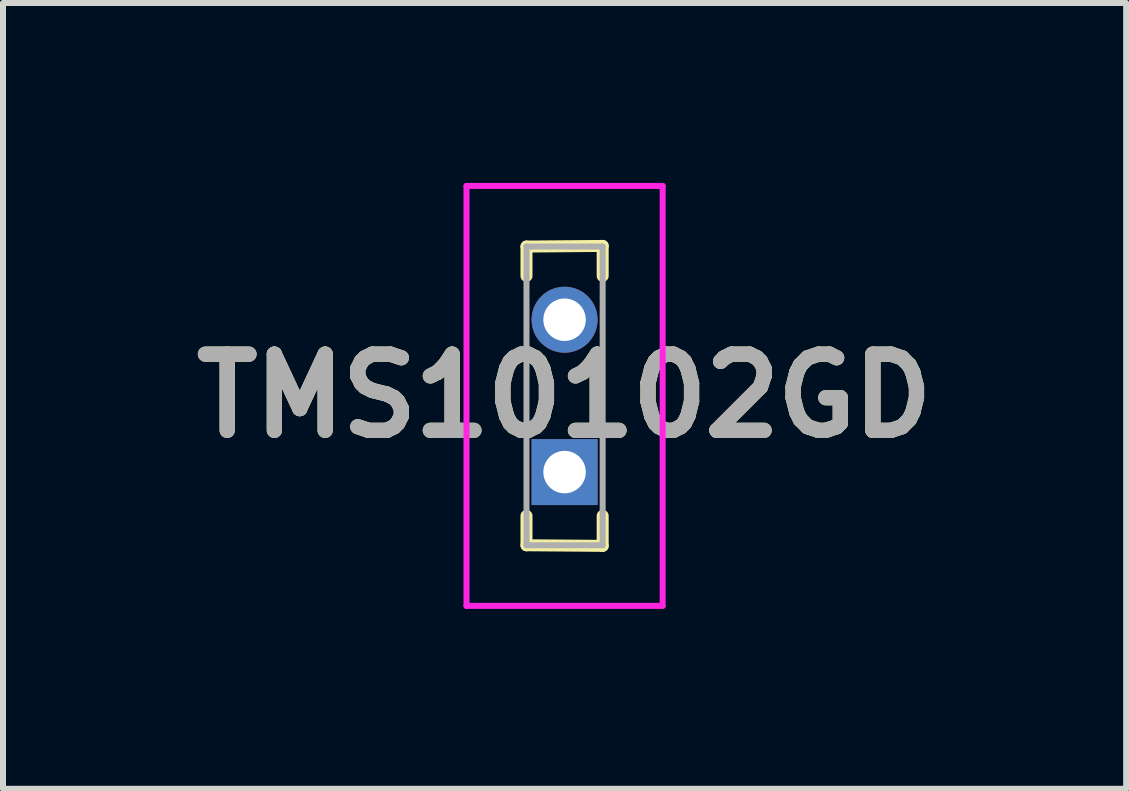
<source format=kicad_pcb>
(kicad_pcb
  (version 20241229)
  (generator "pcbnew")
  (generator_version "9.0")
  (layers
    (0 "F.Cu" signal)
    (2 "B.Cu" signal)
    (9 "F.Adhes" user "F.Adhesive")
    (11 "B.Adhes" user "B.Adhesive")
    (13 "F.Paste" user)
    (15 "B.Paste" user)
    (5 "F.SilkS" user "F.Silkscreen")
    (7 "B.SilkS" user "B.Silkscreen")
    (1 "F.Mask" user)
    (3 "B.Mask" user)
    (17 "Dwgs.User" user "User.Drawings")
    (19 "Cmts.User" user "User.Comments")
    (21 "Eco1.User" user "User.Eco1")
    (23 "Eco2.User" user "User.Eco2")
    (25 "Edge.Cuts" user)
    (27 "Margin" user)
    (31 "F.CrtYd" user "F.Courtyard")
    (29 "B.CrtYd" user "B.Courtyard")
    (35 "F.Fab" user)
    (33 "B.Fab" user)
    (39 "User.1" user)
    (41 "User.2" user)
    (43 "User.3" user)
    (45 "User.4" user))
  (footprint "TMS10102GD"
    (layer "F.Cu")
    (at 6.362 4.82)
    (property "Reference" "TMS10102GD" (at 0 -1.27 0) (layer "F.SilkS") (effects (font (size 1.27 1.27) (thickness 0.254))))
    (attr through_hole)
    (fp_line (start -0.635 -3.76) (end 0.635 -3.77) (stroke (width 0.2) (type solid)) (layer "F.SilkS"))
    (fp_line (start -0.635 -3.27) (end -0.635 -3.76) (stroke (width 0.2) (type solid)) (layer "F.SilkS"))
    (fp_line (start -0.635 0.73) (end -0.635 1.22) (stroke (width 0.2) (type solid)) (layer "F.SilkS"))
    (fp_line (start -0.635 1.22) (end 0.635 1.23) (stroke (width 0.2) (type solid)) (layer "F.SilkS"))
    (fp_line (start 0.635 -3.77) (end 0.635 -3.27) (stroke (width 0.2) (type solid)) (layer "F.SilkS"))
    (fp_line (start 0.635 1.23) (end 0.635 0.73) (stroke (width 0.2) (type solid)) (layer "F.SilkS"))
    (fp_line (start -1.635 -4.77) (end 1.635 -4.77) (stroke (width 0.1) (type solid)) (layer "F.CrtYd"))
    (fp_line (start -1.635 2.23) (end -1.635 -4.77) (stroke (width 0.1) (type solid)) (layer "F.CrtYd"))
    (fp_line (start 1.635 -4.77) (end 1.635 2.23) (stroke (width 0.1) (type solid)) (layer "F.CrtYd"))
    (fp_line (start 1.635 2.23) (end -1.635 2.23) (stroke (width 0.1) (type solid)) (layer "F.CrtYd"))
    (fp_line (start -0.635 -3.76) (end -0.635 1.22) (stroke (width 0.1) (type solid)) (layer "F.Fab"))
    (fp_line (start -0.635 1.22) (end 0.635 1.22) (stroke (width 0.1) (type solid)) (layer "F.Fab"))
    (fp_line (start 0.635 -3.76) (end -0.635 -3.76) (stroke (width 0.1) (type solid)) (layer "F.Fab"))
    (fp_line (start 0.635 1.22) (end 0.635 -3.76) (stroke (width 0.1) (type solid)) (layer "F.Fab"))
    (fp_text user "${REFERENCE}" (at 0 -1.27 0) (layer "F.Fab") (effects (font (size 1.27 1.27) (thickness 0.254))))
    (pad "1" thru_hole rect (at 0 0) (size 1.1 1.1) (drill 0.708) (layers "*.Cu" "*.Mask"))
    (pad "2" thru_hole circle (at 0 -2.54) (size 1.1 1.1) (drill 0.708) (layers "*.Cu" "*.Mask")))
  (gr_rect
    (start -3 -3)
    (end 15.724 10.1)
    (stroke (width 0.1) (type default))
    (fill no)
    (layer "Edge.Cuts")))
</source>
